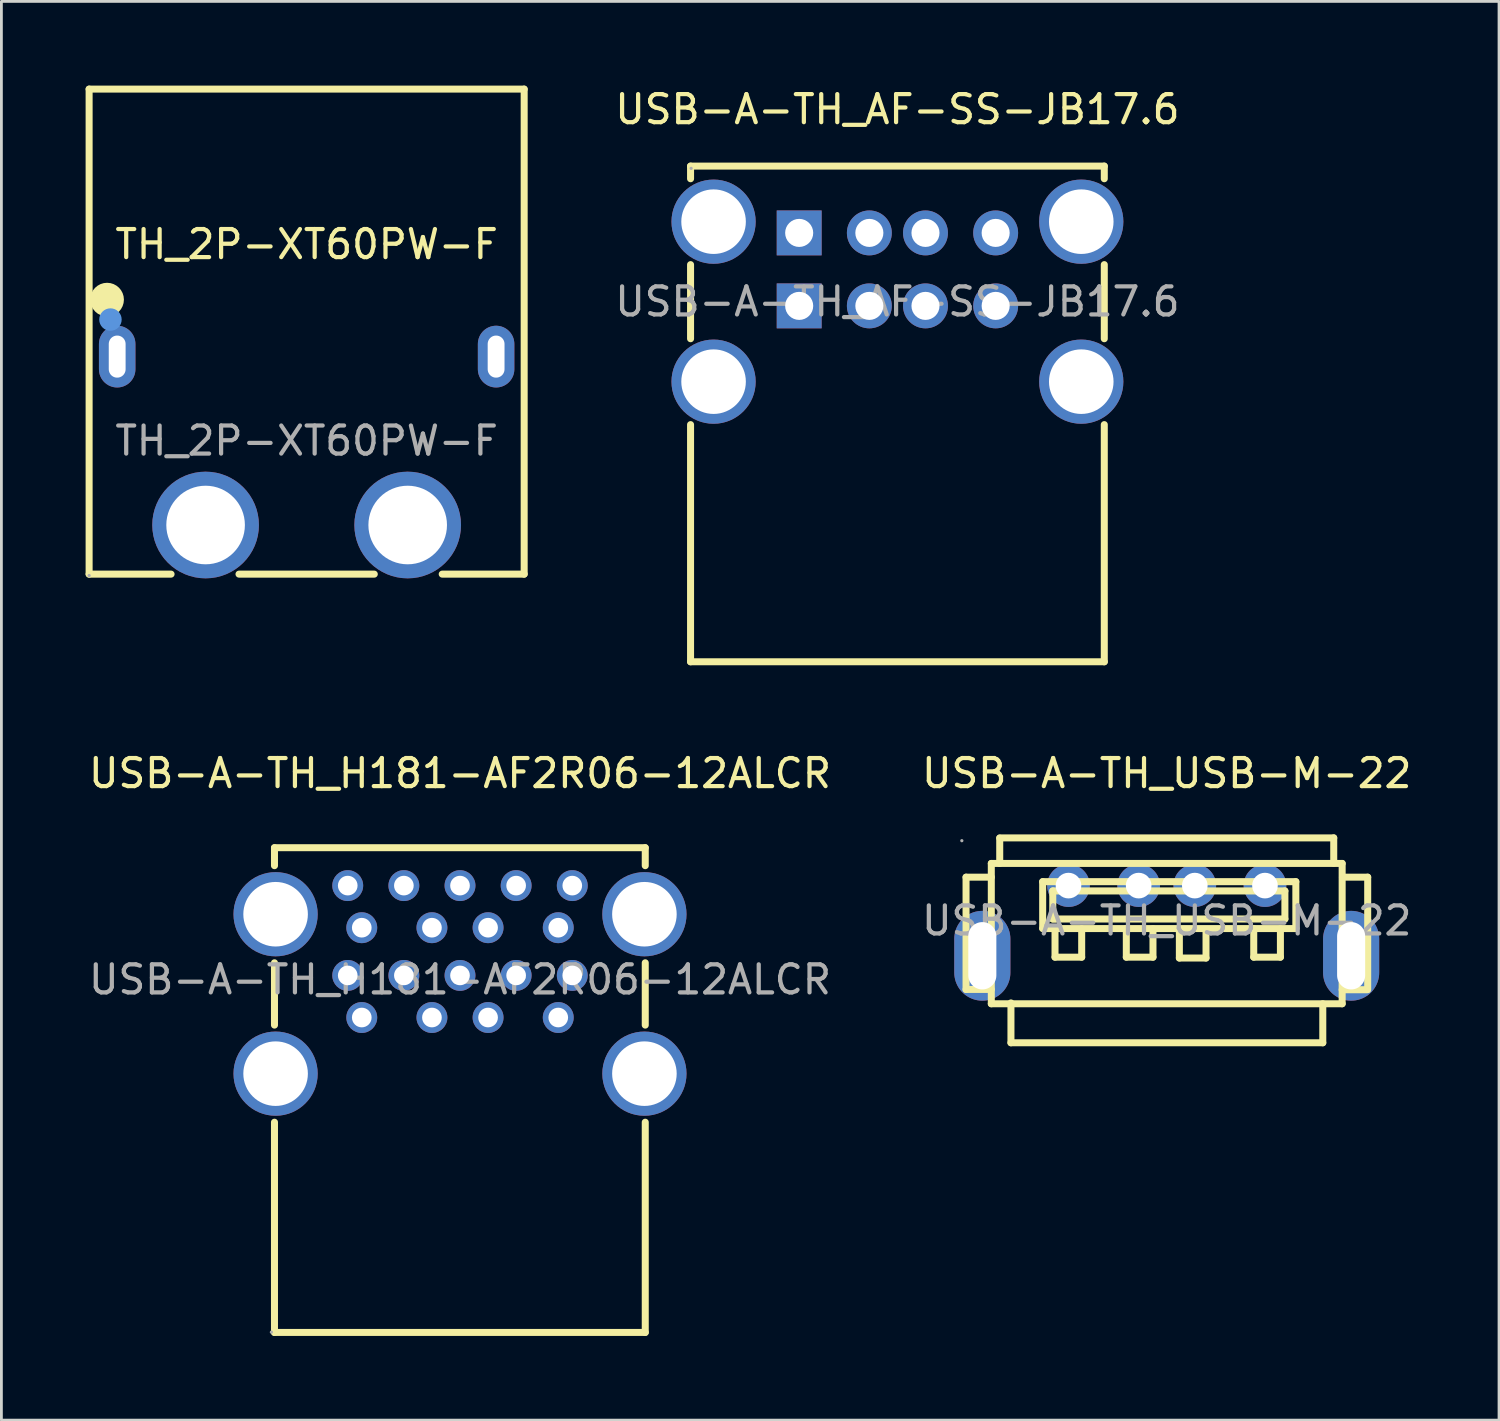
<source format=kicad_pcb>
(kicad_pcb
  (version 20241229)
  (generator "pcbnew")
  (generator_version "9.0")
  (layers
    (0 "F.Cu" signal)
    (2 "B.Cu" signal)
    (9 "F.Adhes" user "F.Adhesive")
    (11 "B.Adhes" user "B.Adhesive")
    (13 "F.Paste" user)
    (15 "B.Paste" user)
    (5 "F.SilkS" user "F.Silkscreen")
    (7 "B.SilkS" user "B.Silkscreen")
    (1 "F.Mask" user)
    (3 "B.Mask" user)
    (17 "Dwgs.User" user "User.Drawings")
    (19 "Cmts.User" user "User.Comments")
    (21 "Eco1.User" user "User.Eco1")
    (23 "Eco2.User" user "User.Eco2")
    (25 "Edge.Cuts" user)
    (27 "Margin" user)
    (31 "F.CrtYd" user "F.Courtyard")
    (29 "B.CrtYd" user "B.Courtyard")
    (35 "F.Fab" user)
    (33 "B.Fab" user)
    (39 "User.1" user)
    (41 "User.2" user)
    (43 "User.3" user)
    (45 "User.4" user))
  (footprint "USB-A-TH_H181-AF2R06-12ALCR"
    (layer "F.Cu")
    (at 13.339 31.852)
    (property "Reference" "USB-A-TH_H181-AF2R06-12ALCR" (at 0 -7.35 0) (layer "F.SilkS") (effects (font (size 1 1) (thickness 0.15))))
    (attr through_hole)
    (fp_line (start -6.61 -4.7) (end 6.6 -4.7) (stroke (width 0.25) (type solid)) (layer "F.SilkS"))
    (fp_line (start -6.61 -4.06) (end -6.61 -4.7) (stroke (width 0.25) (type solid)) (layer "F.SilkS"))
    (fp_line (start -6.61 1.62) (end -6.61 -0.6) (stroke (width 0.25) (type solid)) (layer "F.SilkS"))
    (fp_line (start -6.61 12.57) (end -6.61 5.08) (stroke (width 0.25) (type solid)) (layer "F.SilkS"))
    (fp_line (start 6.6 -4.7) (end 6.6 -4.06) (stroke (width 0.25) (type solid)) (layer "F.SilkS"))
    (fp_line (start 6.6 -0.6) (end 6.6 1.62) (stroke (width 0.25) (type solid)) (layer "F.SilkS"))
    (fp_line (start 6.6 5.08) (end 6.6 12.57) (stroke (width 0.25) (type solid)) (layer "F.SilkS"))
    (fp_line (start 6.6 12.57) (end -6.61 12.57) (stroke (width 0.25) (type solid)) (layer "F.SilkS"))
    (fp_circle (center -6.72 12.56) (end -6.69 12.56) (stroke (width 0.06) (type solid)) (fill no) (layer "F.Fab"))
    (fp_text user "${REFERENCE}" (at 0 0 0) (layer "F.Fab") (effects (font (size 1 1) (thickness 0.15))))
    (pad "1" thru_hole circle (at -3.5 1.35) (size 1.1 1.1) (drill 0.7) (layers "*.Cu" "*.Mask"))
    (pad "2" thru_hole circle (at -1 1.35) (size 1.1 1.1) (drill 0.7) (layers "*.Cu" "*.Mask"))
    (pad "3" thru_hole circle (at 1 1.35) (size 1.1 1.1) (drill 0.7) (layers "*.Cu" "*.Mask"))
    (pad "4" thru_hole circle (at 3.5 1.35) (size 1.1 1.1) (drill 0.7) (layers "*.Cu" "*.Mask"))
    (pad "5" thru_hole circle (at 4 -0.15) (size 1.1 1.1) (drill 0.7) (layers "*.Cu" "*.Mask"))
    (pad "6" thru_hole circle (at 2 -0.15) (size 1.1 1.1) (drill 0.7) (layers "*.Cu" "*.Mask"))
    (pad "7" thru_hole circle (at 0 -0.15) (size 1.1 1.1) (drill 0.7) (layers "*.Cu" "*.Mask"))
    (pad "8" thru_hole circle (at -2 -0.15) (size 1.1 1.1) (drill 0.7) (layers "*.Cu" "*.Mask"))
    (pad "9" thru_hole circle (at -4 -0.15) (size 1.1 1.1) (drill 0.7) (layers "*.Cu" "*.Mask"))
    (pad "10" thru_hole circle (at -3.5 -1.85) (size 1.1 1.1) (drill 0.7) (layers "*.Cu" "*.Mask"))
    (pad "11" thru_hole circle (at -1 -1.85) (size 1.1 1.1) (drill 0.7) (layers "*.Cu" "*.Mask"))
    (pad "12" thru_hole circle (at 1 -1.85) (size 1.1 1.1) (drill 0.7) (layers "*.Cu" "*.Mask"))
    (pad "13" thru_hole circle (at 3.5 -1.85) (size 1.1 1.1) (drill 0.7) (layers "*.Cu" "*.Mask"))
    (pad "14" thru_hole circle (at 4 -3.35) (size 1.1 1.1) (drill 0.7) (layers "*.Cu" "*.Mask"))
    (pad "15" thru_hole circle (at 2 -3.35) (size 1.1 1.1) (drill 0.7) (layers "*.Cu" "*.Mask"))
    (pad "16" thru_hole circle (at 0 -3.35) (size 1.1 1.1) (drill 0.7) (layers "*.Cu" "*.Mask"))
    (pad "17" thru_hole circle (at -2 -3.35) (size 1.1 1.1) (drill 0.7) (layers "*.Cu" "*.Mask"))
    (pad "18" thru_hole circle (at -4 -3.35) (size 1.1 1.1) (drill 0.7) (layers "*.Cu" "*.Mask"))
    (pad "19" thru_hole circle (at -6.57 -2.33) (size 3 3) (drill 2.3) (layers "*.Cu" "*.Mask"))
    (pad "19" thru_hole circle (at -6.57 3.35) (size 3 3) (drill 2.3) (layers "*.Cu" "*.Mask"))
    (pad "20" thru_hole circle (at 6.57 -2.33) (size 3 3) (drill 2.3) (layers "*.Cu" "*.Mask"))
    (pad "20" thru_hole circle (at 6.57 3.35) (size 3 3) (drill 2.3) (layers "*.Cu" "*.Mask")))
  (footprint "TH_2P-XT60PW-F"
    (layer "F.Cu")
    (at 7.875 12.655)
    (property "Reference" "TH_2P-XT60PW-F" (at 0 -7 0) (layer "F.SilkS") (effects (font (size 1 1) (thickness 0.15))))
    (attr smd)
    (fp_line (start -7.75 -12.53) (end -7.75 4.75) (stroke (width 0.25) (type solid)) (layer "F.SilkS"))
    (fp_line (start -7.75 4.75) (end -4.83 4.75) (stroke (width 0.25) (type solid)) (layer "F.SilkS"))
    (fp_line (start -2.41 4.75) (end 2.41 4.75) (stroke (width 0.25) (type solid)) (layer "F.SilkS"))
    (fp_line (start 4.83 4.75) (end 7.75 4.75) (stroke (width 0.25) (type solid)) (layer "F.SilkS"))
    (fp_line (start 7.75 -12.53) (end -7.75 -12.53) (stroke (width 0.25) (type solid)) (layer "F.SilkS"))
    (fp_line (start 7.75 4.75) (end 7.75 -12.53) (stroke (width 0.25) (type solid)) (layer "F.SilkS"))
    (fp_circle (center -7.11 -5.03) (end -6.81 -5.03) (stroke (width 0.6) (type solid)) (fill no) (layer "F.SilkS"))
    (fp_circle (center -6.99 -4.32) (end -6.79 -4.32) (stroke (width 0.4) (type solid)) (fill no) (layer "Cmts.User"))
    (fp_circle (center -7.75 4.8) (end -7.72 4.8) (stroke (width 0.06) (type solid)) (fill no) (layer "F.Fab"))
    (fp_circle (center -3.6 3) (end -2.97 3) (stroke (width 1.25) (type solid)) (fill no) (layer "F.Fab"))
    (fp_circle (center 3.6 3) (end 4.23 3) (stroke (width 1.25) (type solid)) (fill no) (layer "F.Fab"))
    (fp_text user "${REFERENCE}" (at 0 0 0) (layer "F.Fab") (effects (font (size 1 1) (thickness 0.15))))
    (pad "1" thru_hole oval (at -6.75 -3 90) (size 2.2 1.3) (drill oval 1.5 0.6) (layers "*.Cu" "*.Mask"))
    (pad "2" thru_hole oval (at 6.75 -3 90) (size 2.2 1.3) (drill oval 1.5 0.6) (layers "*.Cu" "*.Mask"))
    (pad "3" thru_hole circle (at -3.6 3) (size 3.8 3.8) (drill 2.8) (layers "*.Cu" "*.Mask"))
    (pad "4" thru_hole circle (at 3.6 3) (size 3.8 3.8) (drill 2.8) (layers "*.Cu" "*.Mask")))
  (footprint "USB-A-TH_USB-M-22"
    (layer "F.Cu")
    (at 38.518 29.752)
    (property "Reference" "USB-A-TH_USB-M-22" (at 0 -5.25 0) (layer "F.SilkS") (effects (font (size 1 1) (thickness 0.15))))
    (attr through_hole)
    (fp_line (start -7.15 -1.55) (end -7.15 2.45) (stroke (width 0.25) (type solid)) (layer "F.SilkS"))
    (fp_line (start -7.15 -1.55) (end -6.25 -1.55) (stroke (width 0.25) (type solid)) (layer "F.SilkS"))
    (fp_line (start -6.25 -2.04) (end -6.25 2.96) (stroke (width 0.25) (type solid)) (layer "F.SilkS"))
    (fp_line (start -6.25 -2.04) (end 6.25 -2.04) (stroke (width 0.25) (type solid)) (layer "F.SilkS"))
    (fp_line (start -6.25 2.45) (end -7.15 2.45) (stroke (width 0.25) (type solid)) (layer "F.SilkS"))
    (fp_line (start -6.25 2.96) (end 6.25 2.96) (stroke (width 0.25) (type solid)) (layer "F.SilkS"))
    (fp_line (start -5.95 -2.95) (end 5.95 -2.95) (stroke (width 0.25) (type solid)) (layer "F.SilkS"))
    (fp_line (start -5.95 -2.04) (end -5.95 -2.94) (stroke (width 0.25) (type solid)) (layer "F.SilkS"))
    (fp_line (start -5.55 2.93) (end -5.55 4.35) (stroke (width 0.25) (type solid)) (layer "F.SilkS"))
    (fp_line (start -5.55 4.35) (end 5.56 4.35) (stroke (width 0.25) (type solid)) (layer "F.SilkS"))
    (fp_line (start -4.42 -1.39) (end -4.42 0.27) (stroke (width 0.25) (type solid)) (layer "F.SilkS"))
    (fp_line (start -4.42 0.28) (end 4.56 0.28) (stroke (width 0.25) (type solid)) (layer "F.SilkS"))
    (fp_line (start -4.06 -1.06) (end -4.06 -0.06) (stroke (width 0.25) (type solid)) (layer "F.SilkS"))
    (fp_line (start -4.06 -0.06) (end -3.98 -0.06) (stroke (width 0.25) (type solid)) (layer "F.SilkS"))
    (fp_line (start -3.98 0.28) (end -3.98 1.3) (stroke (width 0.25) (type solid)) (layer "F.SilkS"))
    (fp_line (start -3.98 1.3) (end -3.03 1.3) (stroke (width 0.25) (type solid)) (layer "F.SilkS"))
    (fp_line (start -3.97 -0.06) (end 4.21 -0.06) (stroke (width 0.25) (type solid)) (layer "F.SilkS"))
    (fp_line (start -3.03 1.3) (end -3.03 0.29) (stroke (width 0.25) (type solid)) (layer "F.SilkS"))
    (fp_line (start -1.44 0.28) (end -1.44 1.3) (stroke (width 0.25) (type solid)) (layer "F.SilkS"))
    (fp_line (start -1.44 1.3) (end -0.49 1.3) (stroke (width 0.25) (type solid)) (layer "F.SilkS"))
    (fp_line (start -0.49 1.3) (end -0.49 0.29) (stroke (width 0.25) (type solid)) (layer "F.SilkS"))
    (fp_line (start 0.45 0.31) (end 0.45 1.33) (stroke (width 0.25) (type solid)) (layer "F.SilkS"))
    (fp_line (start 0.45 1.33) (end 1.4 1.33) (stroke (width 0.25) (type solid)) (layer "F.SilkS"))
    (fp_line (start 1.4 1.33) (end 1.4 0.32) (stroke (width 0.25) (type solid)) (layer "F.SilkS"))
    (fp_line (start 3.1 0.28) (end 3.1 1.3) (stroke (width 0.25) (type solid)) (layer "F.SilkS"))
    (fp_line (start 3.1 1.3) (end 4.05 1.3) (stroke (width 0.25) (type solid)) (layer "F.SilkS"))
    (fp_line (start 4.05 1.3) (end 4.05 0.29) (stroke (width 0.25) (type solid)) (layer "F.SilkS"))
    (fp_line (start 4.21 -1.06) (end -4.06 -1.06) (stroke (width 0.25) (type solid)) (layer "F.SilkS"))
    (fp_line (start 4.21 -0.06) (end 4.21 -1.06) (stroke (width 0.25) (type solid)) (layer "F.SilkS"))
    (fp_line (start 4.56 0.28) (end 4.6 0.28) (stroke (width 0.25) (type solid)) (layer "F.SilkS"))
    (fp_line (start 4.6 -1.39) (end -4.42 -1.39) (stroke (width 0.25) (type solid)) (layer "F.SilkS"))
    (fp_line (start 4.6 0.28) (end 4.6 -1.39) (stroke (width 0.25) (type solid)) (layer "F.SilkS"))
    (fp_line (start 5.56 4.35) (end 5.56 2.96) (stroke (width 0.25) (type solid)) (layer "F.SilkS"))
    (fp_line (start 5.95 -2.05) (end 5.95 -2.95) (stroke (width 0.25) (type solid)) (layer "F.SilkS"))
    (fp_line (start 6.25 -2.04) (end 6.25 2.96) (stroke (width 0.25) (type solid)) (layer "F.SilkS"))
    (fp_line (start 6.25 2.46) (end 7.15 2.46) (stroke (width 0.25) (type solid)) (layer "F.SilkS"))
    (fp_line (start 6.26 -1.55) (end 7.16 -1.55) (stroke (width 0.25) (type solid)) (layer "F.SilkS"))
    (fp_line (start 7.16 -1.55) (end 7.16 2.45) (stroke (width 0.25) (type solid)) (layer "F.SilkS"))
    (fp_circle (center -7.3 -2.85) (end -7.27 -2.85) (stroke (width 0.06) (type solid)) (fill no) (layer "F.Fab"))
    (fp_text user "${REFERENCE}" (at 0 0 0) (layer "F.Fab") (effects (font (size 1 1) (thickness 0.15))))
    (pad "0" thru_hole oval (at -6.57 1.25 270) (size 3.2 2) (drill oval 2.4 1) (layers "*.Cu" "*.Mask"))
    (pad "0" thru_hole oval (at 6.57 1.25 90) (size 3.2 2) (drill oval 2.4 1) (layers "*.Cu" "*.Mask"))
    (pad "1" thru_hole circle (at -3.5 -1.25 180) (size 1.52 1.52) (drill 0.914) (layers "*.Cu" "*.Mask"))
    (pad "2" thru_hole circle (at -1 -1.25 180) (size 1.52 1.52) (drill 0.914) (layers "*.Cu" "*.Mask"))
    (pad "3" thru_hole circle (at 1 -1.25 180) (size 1.52 1.52) (drill 0.914) (layers "*.Cu" "*.Mask"))
    (pad "4" thru_hole circle (at 3.5 -1.25 180) (size 1.52 1.52) (drill 0.914) (layers "*.Cu" "*.Mask")))
  (footprint "USB-A-TH_AF-SS-JB17.6"
    (layer "F.Cu")
    (at 28.923 7.698)
    (property "Reference" "USB-A-TH_AF-SS-JB17.6" (at 0 -6.85 0) (layer "F.SilkS") (effects (font (size 1 1) (thickness 0.15))))
    (attr through_hole)
    (fp_line (start -7.37 -4.83) (end 7.37 -4.83) (stroke (width 0.25) (type solid)) (layer "F.SilkS"))
    (fp_line (start -7.37 -4.38) (end -7.37 -4.83) (stroke (width 0.25) (type solid)) (layer "F.SilkS"))
    (fp_line (start -7.37 1.32) (end -7.37 -1.32) (stroke (width 0.25) (type solid)) (layer "F.SilkS"))
    (fp_line (start -7.37 12.83) (end -7.37 4.38) (stroke (width 0.25) (type solid)) (layer "F.SilkS"))
    (fp_line (start 7.37 -4.83) (end 7.37 -4.38) (stroke (width 0.25) (type solid)) (layer "F.SilkS"))
    (fp_line (start 7.37 -1.32) (end 7.37 1.32) (stroke (width 0.25) (type solid)) (layer "F.SilkS"))
    (fp_line (start 7.37 4.38) (end 7.37 12.83) (stroke (width 0.25) (type solid)) (layer "F.SilkS"))
    (fp_line (start 7.37 12.83) (end -7.37 12.83) (stroke (width 0.25) (type solid)) (layer "F.SilkS"))
    (fp_circle (center -7.35 -4.75) (end -7.32 -4.75) (stroke (width 0.06) (type solid)) (fill no) (layer "F.Fab"))
    (fp_text user "${REFERENCE}" (at 0 0 0) (layer "F.Fab") (effects (font (size 1 1) (thickness 0.15))))
    (pad "1" thru_hole rect (at -3.5 -2.45) (size 1.6 1.6) (drill 1) (layers "*.Cu" "*.Mask"))
    (pad "2" thru_hole circle (at -1 -2.45) (size 1.6 1.6) (drill 1) (layers "*.Cu" "*.Mask"))
    (pad "3" thru_hole circle (at 1 -2.45) (size 1.6 1.6) (drill 1) (layers "*.Cu" "*.Mask"))
    (pad "4" thru_hole circle (at 3.5 -2.45) (size 1.6 1.6) (drill 1) (layers "*.Cu" "*.Mask"))
    (pad "5" thru_hole rect (at -3.5 0.15) (size 1.6 1.6) (drill 1) (layers "*.Cu" "*.Mask"))
    (pad "6" thru_hole circle (at -1 0.15) (size 1.6 1.6) (drill 1) (layers "*.Cu" "*.Mask"))
    (pad "7" thru_hole circle (at 1 0.15) (size 1.6 1.6) (drill 1) (layers "*.Cu" "*.Mask"))
    (pad "8" thru_hole circle (at 3.5 0.15) (size 1.6 1.6) (drill 1) (layers "*.Cu" "*.Mask"))
    (pad "9" thru_hole circle (at -6.55 -2.85) (size 3 3) (drill 2.3) (layers "*.Cu" "*.Mask"))
    (pad "10" thru_hole circle (at 6.55 -2.85) (size 3 3) (drill 2.3) (layers "*.Cu" "*.Mask"))
    (pad "11" thru_hole circle (at -6.55 2.85) (size 3 3) (drill 2.3) (layers "*.Cu" "*.Mask"))
    (pad "12" thru_hole circle (at 6.55 2.85) (size 3 3) (drill 2.3) (layers "*.Cu" "*.Mask")))
  (gr_rect
    (start -3 -3)
    (end 50.357 47.547)
    (stroke (width 0.1) (type default))
    (fill no)
    (layer "Edge.Cuts")))
</source>
